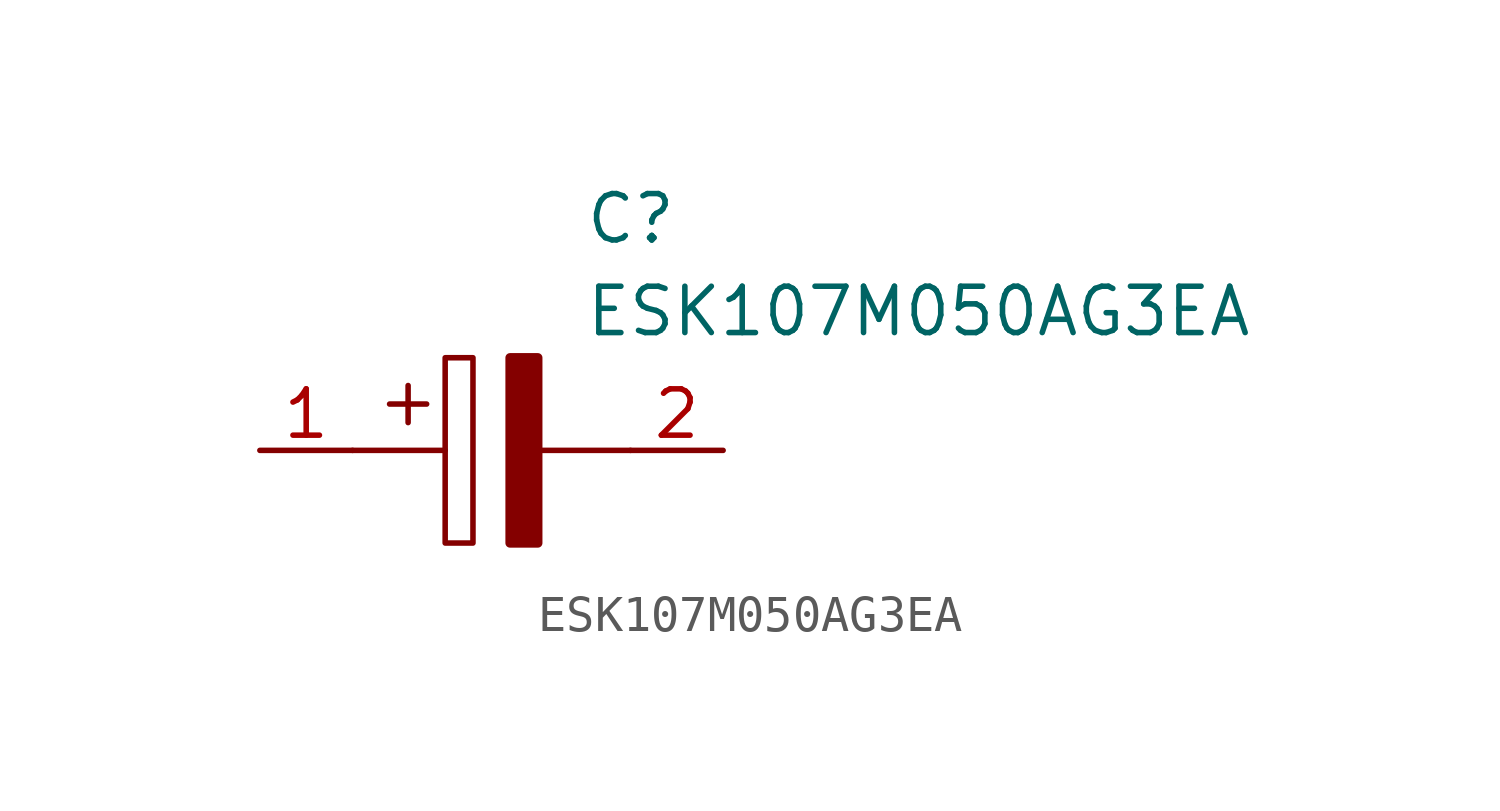
<source format=kicad_sym>
(kicad_symbol_lib
  (version 20211014)
  (generator kicad_symbol_editor)
  (symbol "ESK107M050AG3EA"
    (pin_names
      (offset 0.762))
    (property "Reference" "C"
      (at 8.89 6.35 0)
      (effects (font (size 1.27 1.27)) (justify left)))
    (property "Value" "ESK107M050AG3EA"
      (at 8.89 3.81 0)
      (effects (font (size 1.27 1.27)) (justify left)))
    (symbol "ESK107M050AG3EA_0_0"
      (pin passive line (at 0 0 0) (length 2.54) (name "~" (effects (font (size 1.27 1.27)))) (number "1" (effects (font (size 1.27 1.27)))))
      (pin passive line (at 12.7 0 180) (length 2.54) (name "~" (effects (font (size 1.27 1.27)))) (number "2" (effects (font (size 1.27 1.27))))))
    (symbol "ESK107M050AG3EA_0_1"
      (polyline (pts (xy 2.54 0) (xy 5.08 0)) (stroke (width 0.152) (type default) (color 0 0 0 0)) (fill (type none)))
      (polyline (pts (xy 4.064 1.778) (xy 4.064 0.762)) (stroke (width 0.152) (type default) (color 0 0 0 0)) (fill (type none)))
      (polyline (pts (xy 4.572 1.27) (xy 3.556 1.27)) (stroke (width 0.152) (type default) (color 0 0 0 0)) (fill (type none)))
      (polyline (pts (xy 7.62 0) (xy 10.16 0)) (stroke (width 0.152) (type default) (color 0 0 0 0)) (fill (type none)))
      (polyline (pts (xy 5.08 2.54) (xy 5.08 -2.54) (xy 5.842 -2.54) (xy 5.842 2.54) (xy 5.08 2.54)) (stroke (width 0.152) (type default) (color 0 0 0 0)) (fill (type none)))
      (polyline (pts (xy 7.62 2.54) (xy 7.62 -2.54) (xy 6.858 -2.54) (xy 6.858 2.54) (xy 7.62 2.54)) (stroke (width 0.254) (type default) (color 0 0 0 0)) (fill (type outline))))))
</source>
